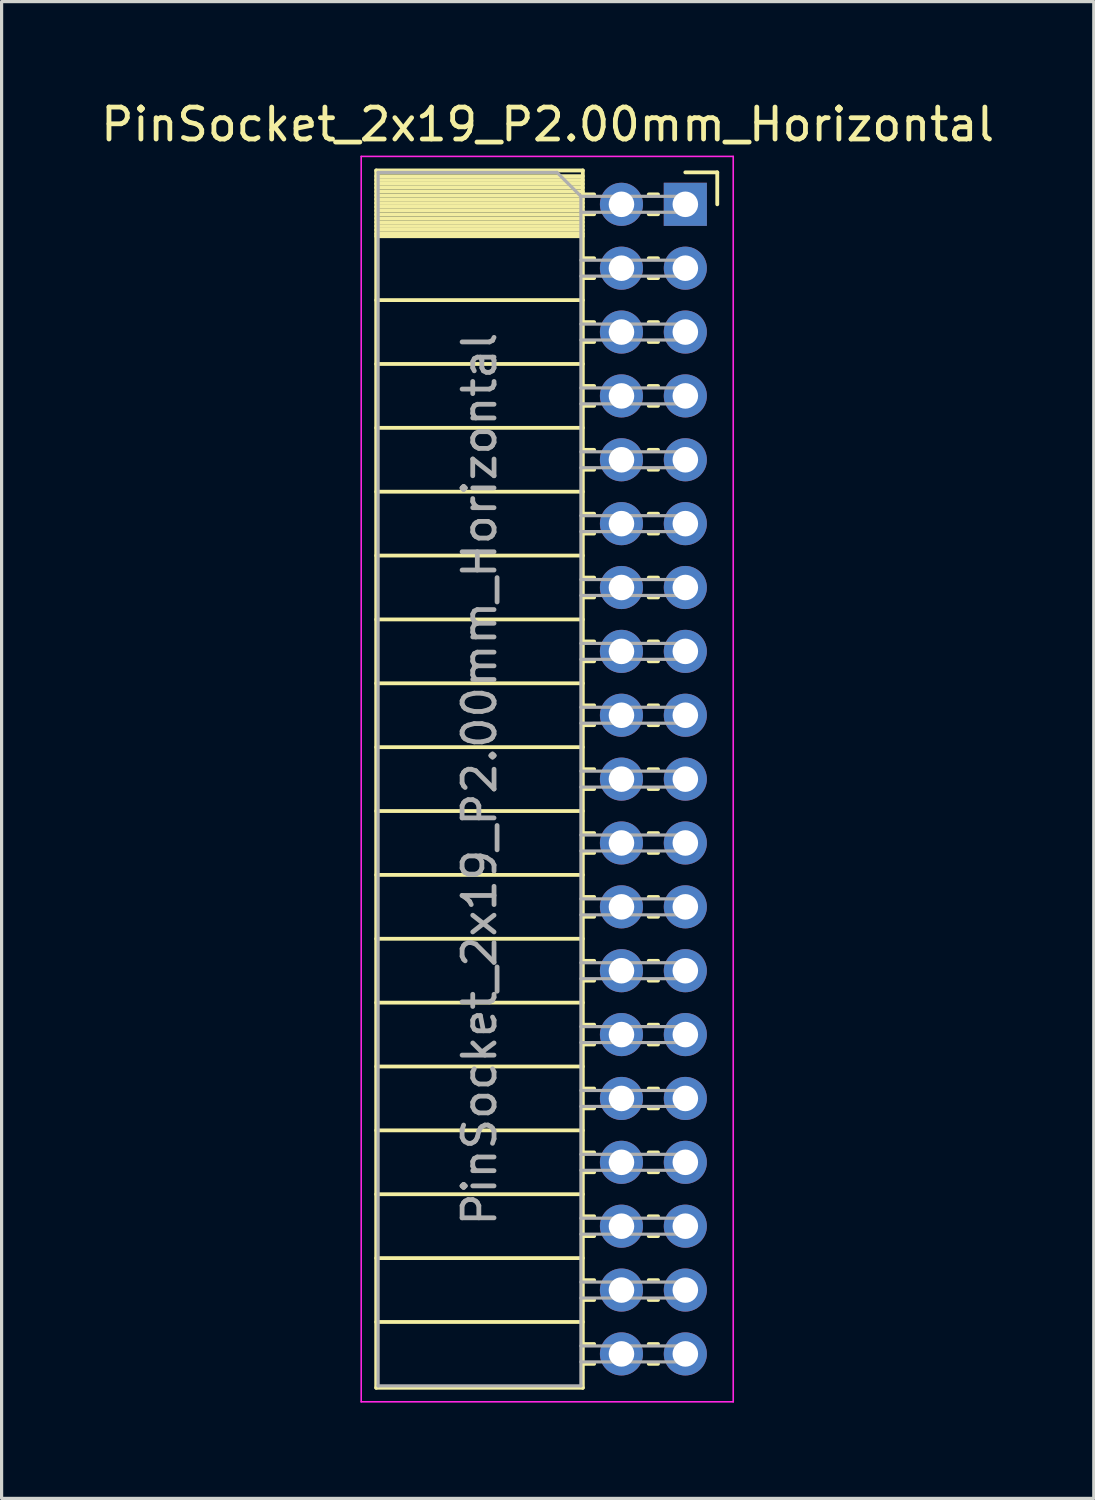
<source format=kicad_pcb>
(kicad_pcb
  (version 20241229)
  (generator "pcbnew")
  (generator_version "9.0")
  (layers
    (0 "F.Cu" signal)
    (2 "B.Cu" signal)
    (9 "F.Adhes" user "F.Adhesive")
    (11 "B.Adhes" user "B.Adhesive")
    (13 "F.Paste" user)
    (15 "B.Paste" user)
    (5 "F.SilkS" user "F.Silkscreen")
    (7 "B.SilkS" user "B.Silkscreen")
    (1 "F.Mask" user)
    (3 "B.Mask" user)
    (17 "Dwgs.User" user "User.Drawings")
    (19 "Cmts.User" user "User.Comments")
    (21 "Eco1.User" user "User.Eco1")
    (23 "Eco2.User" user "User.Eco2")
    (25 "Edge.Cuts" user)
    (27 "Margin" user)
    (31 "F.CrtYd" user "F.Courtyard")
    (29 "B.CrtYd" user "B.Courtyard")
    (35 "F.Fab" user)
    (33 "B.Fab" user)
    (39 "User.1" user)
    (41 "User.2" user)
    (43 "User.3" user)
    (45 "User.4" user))
  (footprint "PinSocket_2x19_P2.00mm_Horizontal"
    (layer "F.Cu")
    (at 18.411 3.348)
    (property "Reference" "PinSocket_2x19_P2.00mm_Horizontal" (at -4.31 -2.5 0) (layer "F.SilkS") (effects (font (size 1 1) (thickness 0.15))))
    (attr through_hole)
    (fp_line (start -9.68 -1.06) (end -3.21 -1.06) (stroke (width 0.12) (type solid)) (layer "F.SilkS"))
    (fp_line (start -9.68 -0.88) (end -3.21 -0.88) (stroke (width 0.12) (type solid)) (layer "F.SilkS"))
    (fp_line (start -9.68 -0.76) (end -3.21 -0.76) (stroke (width 0.12) (type solid)) (layer "F.SilkS"))
    (fp_line (start -9.68 -0.64) (end -3.21 -0.64) (stroke (width 0.12) (type solid)) (layer "F.SilkS"))
    (fp_line (start -9.68 -0.52) (end -3.21 -0.52) (stroke (width 0.12) (type solid)) (layer "F.SilkS"))
    (fp_line (start -9.68 -0.4) (end -3.21 -0.4) (stroke (width 0.12) (type solid)) (layer "F.SilkS"))
    (fp_line (start -9.68 -0.28) (end -3.21 -0.28) (stroke (width 0.12) (type solid)) (layer "F.SilkS"))
    (fp_line (start -9.68 -0.16) (end -3.21 -0.16) (stroke (width 0.12) (type solid)) (layer "F.SilkS"))
    (fp_line (start -9.68 -0.04) (end -3.21 -0.04) (stroke (width 0.12) (type solid)) (layer "F.SilkS"))
    (fp_line (start -9.68 0.08) (end -3.21 0.08) (stroke (width 0.12) (type solid)) (layer "F.SilkS"))
    (fp_line (start -9.68 0.2) (end -3.21 0.2) (stroke (width 0.12) (type solid)) (layer "F.SilkS"))
    (fp_line (start -9.68 0.32) (end -3.21 0.32) (stroke (width 0.12) (type solid)) (layer "F.SilkS"))
    (fp_line (start -9.68 0.44) (end -3.21 0.44) (stroke (width 0.12) (type solid)) (layer "F.SilkS"))
    (fp_line (start -9.68 0.56) (end -3.21 0.56) (stroke (width 0.12) (type solid)) (layer "F.SilkS"))
    (fp_line (start -9.68 0.68) (end -3.21 0.68) (stroke (width 0.12) (type solid)) (layer "F.SilkS"))
    (fp_line (start -9.68 0.8) (end -3.21 0.8) (stroke (width 0.12) (type solid)) (layer "F.SilkS"))
    (fp_line (start -9.68 0.92) (end -3.21 0.92) (stroke (width 0.12) (type solid)) (layer "F.SilkS"))
    (fp_line (start -9.68 1) (end -3.21 1) (stroke (width 0.12) (type solid)) (layer "F.SilkS"))
    (fp_line (start -9.68 3) (end -3.21 3) (stroke (width 0.12) (type solid)) (layer "F.SilkS"))
    (fp_line (start -9.68 5) (end -3.21 5) (stroke (width 0.12) (type solid)) (layer "F.SilkS"))
    (fp_line (start -9.68 7) (end -3.21 7) (stroke (width 0.12) (type solid)) (layer "F.SilkS"))
    (fp_line (start -9.68 9) (end -3.21 9) (stroke (width 0.12) (type solid)) (layer "F.SilkS"))
    (fp_line (start -9.68 11) (end -3.21 11) (stroke (width 0.12) (type solid)) (layer "F.SilkS"))
    (fp_line (start -9.68 13) (end -3.21 13) (stroke (width 0.12) (type solid)) (layer "F.SilkS"))
    (fp_line (start -9.68 15) (end -3.21 15) (stroke (width 0.12) (type solid)) (layer "F.SilkS"))
    (fp_line (start -9.68 17) (end -3.21 17) (stroke (width 0.12) (type solid)) (layer "F.SilkS"))
    (fp_line (start -9.68 19) (end -3.21 19) (stroke (width 0.12) (type solid)) (layer "F.SilkS"))
    (fp_line (start -9.68 21) (end -3.21 21) (stroke (width 0.12) (type solid)) (layer "F.SilkS"))
    (fp_line (start -9.68 23) (end -3.21 23) (stroke (width 0.12) (type solid)) (layer "F.SilkS"))
    (fp_line (start -9.68 25) (end -3.21 25) (stroke (width 0.12) (type solid)) (layer "F.SilkS"))
    (fp_line (start -9.68 27) (end -3.21 27) (stroke (width 0.12) (type solid)) (layer "F.SilkS"))
    (fp_line (start -9.68 29) (end -3.21 29) (stroke (width 0.12) (type solid)) (layer "F.SilkS"))
    (fp_line (start -9.68 31) (end -3.21 31) (stroke (width 0.12) (type solid)) (layer "F.SilkS"))
    (fp_line (start -9.68 33) (end -3.21 33) (stroke (width 0.12) (type solid)) (layer "F.SilkS"))
    (fp_line (start -9.68 35) (end -3.21 35) (stroke (width 0.12) (type solid)) (layer "F.SilkS"))
    (fp_line (start -9.68 37.06) (end -9.68 -1.06) (stroke (width 0.12) (type solid)) (layer "F.SilkS"))
    (fp_line (start -3.21 -1.06) (end -3.21 37.06) (stroke (width 0.12) (type solid)) (layer "F.SilkS"))
    (fp_line (start -3.21 -0.31) (end -2.855 -0.31) (stroke (width 0.12) (type solid)) (layer "F.SilkS"))
    (fp_line (start -3.21 1.69) (end -2.855 1.69) (stroke (width 0.12) (type solid)) (layer "F.SilkS"))
    (fp_line (start -3.21 3.69) (end -2.855 3.69) (stroke (width 0.12) (type solid)) (layer "F.SilkS"))
    (fp_line (start -3.21 5.69) (end -2.855 5.69) (stroke (width 0.12) (type solid)) (layer "F.SilkS"))
    (fp_line (start -3.21 7.69) (end -2.855 7.69) (stroke (width 0.12) (type solid)) (layer "F.SilkS"))
    (fp_line (start -3.21 9.69) (end -2.855 9.69) (stroke (width 0.12) (type solid)) (layer "F.SilkS"))
    (fp_line (start -3.21 11.69) (end -2.855 11.69) (stroke (width 0.12) (type solid)) (layer "F.SilkS"))
    (fp_line (start -3.21 13.69) (end -2.855 13.69) (stroke (width 0.12) (type solid)) (layer "F.SilkS"))
    (fp_line (start -3.21 15.69) (end -2.855 15.69) (stroke (width 0.12) (type solid)) (layer "F.SilkS"))
    (fp_line (start -3.21 17.69) (end -2.855 17.69) (stroke (width 0.12) (type solid)) (layer "F.SilkS"))
    (fp_line (start -3.21 19.69) (end -2.855 19.69) (stroke (width 0.12) (type solid)) (layer "F.SilkS"))
    (fp_line (start -3.21 21.69) (end -2.855 21.69) (stroke (width 0.12) (type solid)) (layer "F.SilkS"))
    (fp_line (start -3.21 23.69) (end -2.855 23.69) (stroke (width 0.12) (type solid)) (layer "F.SilkS"))
    (fp_line (start -3.21 25.69) (end -2.855 25.69) (stroke (width 0.12) (type solid)) (layer "F.SilkS"))
    (fp_line (start -3.21 27.69) (end -2.855 27.69) (stroke (width 0.12) (type solid)) (layer "F.SilkS"))
    (fp_line (start -3.21 29.69) (end -2.855 29.69) (stroke (width 0.12) (type solid)) (layer "F.SilkS"))
    (fp_line (start -3.21 31.69) (end -2.855 31.69) (stroke (width 0.12) (type solid)) (layer "F.SilkS"))
    (fp_line (start -3.21 33.69) (end -2.855 33.69) (stroke (width 0.12) (type solid)) (layer "F.SilkS"))
    (fp_line (start -3.21 35.69) (end -2.855 35.69) (stroke (width 0.12) (type solid)) (layer "F.SilkS"))
    (fp_line (start -3.21 37.06) (end -9.68 37.06) (stroke (width 0.12) (type solid)) (layer "F.SilkS"))
    (fp_line (start -2.855 0.31) (end -3.21 0.31) (stroke (width 0.12) (type solid)) (layer "F.SilkS"))
    (fp_line (start -2.855 2.31) (end -3.21 2.31) (stroke (width 0.12) (type solid)) (layer "F.SilkS"))
    (fp_line (start -2.855 4.31) (end -3.21 4.31) (stroke (width 0.12) (type solid)) (layer "F.SilkS"))
    (fp_line (start -2.855 6.31) (end -3.21 6.31) (stroke (width 0.12) (type solid)) (layer "F.SilkS"))
    (fp_line (start -2.855 8.31) (end -3.21 8.31) (stroke (width 0.12) (type solid)) (layer "F.SilkS"))
    (fp_line (start -2.855 10.31) (end -3.21 10.31) (stroke (width 0.12) (type solid)) (layer "F.SilkS"))
    (fp_line (start -2.855 12.31) (end -3.21 12.31) (stroke (width 0.12) (type solid)) (layer "F.SilkS"))
    (fp_line (start -2.855 14.31) (end -3.21 14.31) (stroke (width 0.12) (type solid)) (layer "F.SilkS"))
    (fp_line (start -2.855 16.31) (end -3.21 16.31) (stroke (width 0.12) (type solid)) (layer "F.SilkS"))
    (fp_line (start -2.855 18.31) (end -3.21 18.31) (stroke (width 0.12) (type solid)) (layer "F.SilkS"))
    (fp_line (start -2.855 20.31) (end -3.21 20.31) (stroke (width 0.12) (type solid)) (layer "F.SilkS"))
    (fp_line (start -2.855 22.31) (end -3.21 22.31) (stroke (width 0.12) (type solid)) (layer "F.SilkS"))
    (fp_line (start -2.855 24.31) (end -3.21 24.31) (stroke (width 0.12) (type solid)) (layer "F.SilkS"))
    (fp_line (start -2.855 26.31) (end -3.21 26.31) (stroke (width 0.12) (type solid)) (layer "F.SilkS"))
    (fp_line (start -2.855 28.31) (end -3.21 28.31) (stroke (width 0.12) (type solid)) (layer "F.SilkS"))
    (fp_line (start -2.855 30.31) (end -3.21 30.31) (stroke (width 0.12) (type solid)) (layer "F.SilkS"))
    (fp_line (start -2.855 32.31) (end -3.21 32.31) (stroke (width 0.12) (type solid)) (layer "F.SilkS"))
    (fp_line (start -2.855 34.31) (end -3.21 34.31) (stroke (width 0.12) (type solid)) (layer "F.SilkS"))
    (fp_line (start -2.855 36.31) (end -3.21 36.31) (stroke (width 0.12) (type solid)) (layer "F.SilkS"))
    (fp_line (start -1.145 0.31) (end -0.855 0.31) (stroke (width 0.12) (type solid)) (layer "F.SilkS"))
    (fp_line (start -1.145 2.31) (end -0.855 2.31) (stroke (width 0.12) (type solid)) (layer "F.SilkS"))
    (fp_line (start -1.145 4.31) (end -0.855 4.31) (stroke (width 0.12) (type solid)) (layer "F.SilkS"))
    (fp_line (start -1.145 6.31) (end -0.855 6.31) (stroke (width 0.12) (type solid)) (layer "F.SilkS"))
    (fp_line (start -1.145 8.31) (end -0.855 8.31) (stroke (width 0.12) (type solid)) (layer "F.SilkS"))
    (fp_line (start -1.145 10.31) (end -0.855 10.31) (stroke (width 0.12) (type solid)) (layer "F.SilkS"))
    (fp_line (start -1.145 12.31) (end -0.855 12.31) (stroke (width 0.12) (type solid)) (layer "F.SilkS"))
    (fp_line (start -1.145 14.31) (end -0.855 14.31) (stroke (width 0.12) (type solid)) (layer "F.SilkS"))
    (fp_line (start -1.145 16.31) (end -0.855 16.31) (stroke (width 0.12) (type solid)) (layer "F.SilkS"))
    (fp_line (start -1.145 18.31) (end -0.855 18.31) (stroke (width 0.12) (type solid)) (layer "F.SilkS"))
    (fp_line (start -1.145 20.31) (end -0.855 20.31) (stroke (width 0.12) (type solid)) (layer "F.SilkS"))
    (fp_line (start -1.145 22.31) (end -0.855 22.31) (stroke (width 0.12) (type solid)) (layer "F.SilkS"))
    (fp_line (start -1.145 24.31) (end -0.855 24.31) (stroke (width 0.12) (type solid)) (layer "F.SilkS"))
    (fp_line (start -1.145 26.31) (end -0.855 26.31) (stroke (width 0.12) (type solid)) (layer "F.SilkS"))
    (fp_line (start -1.145 28.31) (end -0.855 28.31) (stroke (width 0.12) (type solid)) (layer "F.SilkS"))
    (fp_line (start -1.145 30.31) (end -0.855 30.31) (stroke (width 0.12) (type solid)) (layer "F.SilkS"))
    (fp_line (start -1.145 32.31) (end -0.855 32.31) (stroke (width 0.12) (type solid)) (layer "F.SilkS"))
    (fp_line (start -1.145 34.31) (end -0.855 34.31) (stroke (width 0.12) (type solid)) (layer "F.SilkS"))
    (fp_line (start -1.145 36.31) (end -0.855 36.31) (stroke (width 0.12) (type solid)) (layer "F.SilkS"))
    (fp_line (start -0.855 -0.31) (end -1.145 -0.31) (stroke (width 0.12) (type solid)) (layer "F.SilkS"))
    (fp_line (start -0.855 1.69) (end -1.145 1.69) (stroke (width 0.12) (type solid)) (layer "F.SilkS"))
    (fp_line (start -0.855 3.69) (end -1.145 3.69) (stroke (width 0.12) (type solid)) (layer "F.SilkS"))
    (fp_line (start -0.855 5.69) (end -1.145 5.69) (stroke (width 0.12) (type solid)) (layer "F.SilkS"))
    (fp_line (start -0.855 7.69) (end -1.145 7.69) (stroke (width 0.12) (type solid)) (layer "F.SilkS"))
    (fp_line (start -0.855 9.69) (end -1.145 9.69) (stroke (width 0.12) (type solid)) (layer "F.SilkS"))
    (fp_line (start -0.855 11.69) (end -1.145 11.69) (stroke (width 0.12) (type solid)) (layer "F.SilkS"))
    (fp_line (start -0.855 13.69) (end -1.145 13.69) (stroke (width 0.12) (type solid)) (layer "F.SilkS"))
    (fp_line (start -0.855 15.69) (end -1.145 15.69) (stroke (width 0.12) (type solid)) (layer "F.SilkS"))
    (fp_line (start -0.855 17.69) (end -1.145 17.69) (stroke (width 0.12) (type solid)) (layer "F.SilkS"))
    (fp_line (start -0.855 19.69) (end -1.145 19.69) (stroke (width 0.12) (type solid)) (layer "F.SilkS"))
    (fp_line (start -0.855 21.69) (end -1.145 21.69) (stroke (width 0.12) (type solid)) (layer "F.SilkS"))
    (fp_line (start -0.855 23.69) (end -1.145 23.69) (stroke (width 0.12) (type solid)) (layer "F.SilkS"))
    (fp_line (start -0.855 25.69) (end -1.145 25.69) (stroke (width 0.12) (type solid)) (layer "F.SilkS"))
    (fp_line (start -0.855 27.69) (end -1.145 27.69) (stroke (width 0.12) (type solid)) (layer "F.SilkS"))
    (fp_line (start -0.855 29.69) (end -1.145 29.69) (stroke (width 0.12) (type solid)) (layer "F.SilkS"))
    (fp_line (start -0.855 31.69) (end -1.145 31.69) (stroke (width 0.12) (type solid)) (layer "F.SilkS"))
    (fp_line (start -0.855 33.69) (end -1.145 33.69) (stroke (width 0.12) (type solid)) (layer "F.SilkS"))
    (fp_line (start -0.855 35.69) (end -1.145 35.69) (stroke (width 0.12) (type solid)) (layer "F.SilkS"))
    (fp_line (start 0 -1) (end 1 -1) (stroke (width 0.12) (type solid)) (layer "F.SilkS"))
    (fp_line (start 1 -1) (end 1 0) (stroke (width 0.12) (type solid)) (layer "F.SilkS"))
    (fp_line (start -10.15 -1.5) (end -10.15 37.5) (stroke (width 0.05) (type solid)) (layer "F.CrtYd"))
    (fp_line (start -10.15 37.5) (end 1.5 37.5) (stroke (width 0.05) (type solid)) (layer "F.CrtYd"))
    (fp_line (start 1.5 -1.5) (end -10.15 -1.5) (stroke (width 0.05) (type solid)) (layer "F.CrtYd"))
    (fp_line (start 1.5 37.5) (end 1.5 -1.5) (stroke (width 0.05) (type solid)) (layer "F.CrtYd"))
    (fp_line (start -9.62 -1) (end -4.02 -1) (stroke (width 0.1) (type solid)) (layer "F.Fab"))
    (fp_line (start -9.62 37) (end -9.62 -1) (stroke (width 0.1) (type solid)) (layer "F.Fab"))
    (fp_line (start -4.02 -1) (end -3.27 -0.25) (stroke (width 0.1) (type solid)) (layer "F.Fab"))
    (fp_line (start -3.27 -0.25) (end -3.27 37) (stroke (width 0.1) (type solid)) (layer "F.Fab"))
    (fp_line (start -3.27 0.25) (end 0 0.25) (stroke (width 0.1) (type solid)) (layer "F.Fab"))
    (fp_line (start -3.27 2.25) (end 0 2.25) (stroke (width 0.1) (type solid)) (layer "F.Fab"))
    (fp_line (start -3.27 4.25) (end 0 4.25) (stroke (width 0.1) (type solid)) (layer "F.Fab"))
    (fp_line (start -3.27 6.25) (end 0 6.25) (stroke (width 0.1) (type solid)) (layer "F.Fab"))
    (fp_line (start -3.27 8.25) (end 0 8.25) (stroke (width 0.1) (type solid)) (layer "F.Fab"))
    (fp_line (start -3.27 10.25) (end 0 10.25) (stroke (width 0.1) (type solid)) (layer "F.Fab"))
    (fp_line (start -3.27 12.25) (end 0 12.25) (stroke (width 0.1) (type solid)) (layer "F.Fab"))
    (fp_line (start -3.27 14.25) (end 0 14.25) (stroke (width 0.1) (type solid)) (layer "F.Fab"))
    (fp_line (start -3.27 16.25) (end 0 16.25) (stroke (width 0.1) (type solid)) (layer "F.Fab"))
    (fp_line (start -3.27 18.25) (end 0 18.25) (stroke (width 0.1) (type solid)) (layer "F.Fab"))
    (fp_line (start -3.27 20.25) (end 0 20.25) (stroke (width 0.1) (type solid)) (layer "F.Fab"))
    (fp_line (start -3.27 22.25) (end 0 22.25) (stroke (width 0.1) (type solid)) (layer "F.Fab"))
    (fp_line (start -3.27 24.25) (end 0 24.25) (stroke (width 0.1) (type solid)) (layer "F.Fab"))
    (fp_line (start -3.27 26.25) (end 0 26.25) (stroke (width 0.1) (type solid)) (layer "F.Fab"))
    (fp_line (start -3.27 28.25) (end 0 28.25) (stroke (width 0.1) (type solid)) (layer "F.Fab"))
    (fp_line (start -3.27 30.25) (end 0 30.25) (stroke (width 0.1) (type solid)) (layer "F.Fab"))
    (fp_line (start -3.27 32.25) (end 0 32.25) (stroke (width 0.1) (type solid)) (layer "F.Fab"))
    (fp_line (start -3.27 34.25) (end 0 34.25) (stroke (width 0.1) (type solid)) (layer "F.Fab"))
    (fp_line (start -3.27 36.25) (end 0 36.25) (stroke (width 0.1) (type solid)) (layer "F.Fab"))
    (fp_line (start -3.27 37) (end -9.62 37) (stroke (width 0.1) (type solid)) (layer "F.Fab"))
    (fp_line (start 0 -0.25) (end -3.27 -0.25) (stroke (width 0.1) (type solid)) (layer "F.Fab"))
    (fp_line (start 0 0.25) (end 0 -0.25) (stroke (width 0.1) (type solid)) (layer "F.Fab"))
    (fp_line (start 0 1.75) (end -3.27 1.75) (stroke (width 0.1) (type solid)) (layer "F.Fab"))
    (fp_line (start 0 2.25) (end 0 1.75) (stroke (width 0.1) (type solid)) (layer "F.Fab"))
    (fp_line (start 0 3.75) (end -3.27 3.75) (stroke (width 0.1) (type solid)) (layer "F.Fab"))
    (fp_line (start 0 4.25) (end 0 3.75) (stroke (width 0.1) (type solid)) (layer "F.Fab"))
    (fp_line (start 0 5.75) (end -3.27 5.75) (stroke (width 0.1) (type solid)) (layer "F.Fab"))
    (fp_line (start 0 6.25) (end 0 5.75) (stroke (width 0.1) (type solid)) (layer "F.Fab"))
    (fp_line (start 0 7.75) (end -3.27 7.75) (stroke (width 0.1) (type solid)) (layer "F.Fab"))
    (fp_line (start 0 8.25) (end 0 7.75) (stroke (width 0.1) (type solid)) (layer "F.Fab"))
    (fp_line (start 0 9.75) (end -3.27 9.75) (stroke (width 0.1) (type solid)) (layer "F.Fab"))
    (fp_line (start 0 10.25) (end 0 9.75) (stroke (width 0.1) (type solid)) (layer "F.Fab"))
    (fp_line (start 0 11.75) (end -3.27 11.75) (stroke (width 0.1) (type solid)) (layer "F.Fab"))
    (fp_line (start 0 12.25) (end 0 11.75) (stroke (width 0.1) (type solid)) (layer "F.Fab"))
    (fp_line (start 0 13.75) (end -3.27 13.75) (stroke (width 0.1) (type solid)) (layer "F.Fab"))
    (fp_line (start 0 14.25) (end 0 13.75) (stroke (width 0.1) (type solid)) (layer "F.Fab"))
    (fp_line (start 0 15.75) (end -3.27 15.75) (stroke (width 0.1) (type solid)) (layer "F.Fab"))
    (fp_line (start 0 16.25) (end 0 15.75) (stroke (width 0.1) (type solid)) (layer "F.Fab"))
    (fp_line (start 0 17.75) (end -3.27 17.75) (stroke (width 0.1) (type solid)) (layer "F.Fab"))
    (fp_line (start 0 18.25) (end 0 17.75) (stroke (width 0.1) (type solid)) (layer "F.Fab"))
    (fp_line (start 0 19.75) (end -3.27 19.75) (stroke (width 0.1) (type solid)) (layer "F.Fab"))
    (fp_line (start 0 20.25) (end 0 19.75) (stroke (width 0.1) (type solid)) (layer "F.Fab"))
    (fp_line (start 0 21.75) (end -3.27 21.75) (stroke (width 0.1) (type solid)) (layer "F.Fab"))
    (fp_line (start 0 22.25) (end 0 21.75) (stroke (width 0.1) (type solid)) (layer "F.Fab"))
    (fp_line (start 0 23.75) (end -3.27 23.75) (stroke (width 0.1) (type solid)) (layer "F.Fab"))
    (fp_line (start 0 24.25) (end 0 23.75) (stroke (width 0.1) (type solid)) (layer "F.Fab"))
    (fp_line (start 0 25.75) (end -3.27 25.75) (stroke (width 0.1) (type solid)) (layer "F.Fab"))
    (fp_line (start 0 26.25) (end 0 25.75) (stroke (width 0.1) (type solid)) (layer "F.Fab"))
    (fp_line (start 0 27.75) (end -3.27 27.75) (stroke (width 0.1) (type solid)) (layer "F.Fab"))
    (fp_line (start 0 28.25) (end 0 27.75) (stroke (width 0.1) (type solid)) (layer "F.Fab"))
    (fp_line (start 0 29.75) (end -3.27 29.75) (stroke (width 0.1) (type solid)) (layer "F.Fab"))
    (fp_line (start 0 30.25) (end 0 29.75) (stroke (width 0.1) (type solid)) (layer "F.Fab"))
    (fp_line (start 0 31.75) (end -3.27 31.75) (stroke (width 0.1) (type solid)) (layer "F.Fab"))
    (fp_line (start 0 32.25) (end 0 31.75) (stroke (width 0.1) (type solid)) (layer "F.Fab"))
    (fp_line (start 0 33.75) (end -3.27 33.75) (stroke (width 0.1) (type solid)) (layer "F.Fab"))
    (fp_line (start 0 34.25) (end 0 33.75) (stroke (width 0.1) (type solid)) (layer "F.Fab"))
    (fp_line (start 0 35.75) (end -3.27 35.75) (stroke (width 0.1) (type solid)) (layer "F.Fab"))
    (fp_line (start 0 36.25) (end 0 35.75) (stroke (width 0.1) (type solid)) (layer "F.Fab"))
    (fp_text user "${REFERENCE}" (at -6.445 18 90) (layer "F.Fab") (effects (font (size 1 1) (thickness 0.15))))
    (pad "1" thru_hole rect (at 0 0) (size 1.35 1.35) (drill 0.8) (layers "*.Cu" "*.Mask"))
    (pad "2" thru_hole oval (at -2 0) (size 1.35 1.35) (drill 0.8) (layers "*.Cu" "*.Mask"))
    (pad "3" thru_hole oval (at 0 2) (size 1.35 1.35) (drill 0.8) (layers "*.Cu" "*.Mask"))
    (pad "4" thru_hole oval (at -2 2) (size 1.35 1.35) (drill 0.8) (layers "*.Cu" "*.Mask"))
    (pad "5" thru_hole oval (at 0 4) (size 1.35 1.35) (drill 0.8) (layers "*.Cu" "*.Mask"))
    (pad "6" thru_hole oval (at -2 4) (size 1.35 1.35) (drill 0.8) (layers "*.Cu" "*.Mask"))
    (pad "7" thru_hole oval (at 0 6) (size 1.35 1.35) (drill 0.8) (layers "*.Cu" "*.Mask"))
    (pad "8" thru_hole oval (at -2 6) (size 1.35 1.35) (drill 0.8) (layers "*.Cu" "*.Mask"))
    (pad "9" thru_hole oval (at 0 8) (size 1.35 1.35) (drill 0.8) (layers "*.Cu" "*.Mask"))
    (pad "10" thru_hole oval (at -2 8) (size 1.35 1.35) (drill 0.8) (layers "*.Cu" "*.Mask"))
    (pad "11" thru_hole oval (at 0 10) (size 1.35 1.35) (drill 0.8) (layers "*.Cu" "*.Mask"))
    (pad "12" thru_hole oval (at -2 10) (size 1.35 1.35) (drill 0.8) (layers "*.Cu" "*.Mask"))
    (pad "13" thru_hole oval (at 0 12) (size 1.35 1.35) (drill 0.8) (layers "*.Cu" "*.Mask"))
    (pad "14" thru_hole oval (at -2 12) (size 1.35 1.35) (drill 0.8) (layers "*.Cu" "*.Mask"))
    (pad "15" thru_hole oval (at 0 14) (size 1.35 1.35) (drill 0.8) (layers "*.Cu" "*.Mask"))
    (pad "16" thru_hole oval (at -2 14) (size 1.35 1.35) (drill 0.8) (layers "*.Cu" "*.Mask"))
    (pad "17" thru_hole oval (at 0 16) (size 1.35 1.35) (drill 0.8) (layers "*.Cu" "*.Mask"))
    (pad "18" thru_hole oval (at -2 16) (size 1.35 1.35) (drill 0.8) (layers "*.Cu" "*.Mask"))
    (pad "19" thru_hole oval (at 0 18) (size 1.35 1.35) (drill 0.8) (layers "*.Cu" "*.Mask"))
    (pad "20" thru_hole oval (at -2 18) (size 1.35 1.35) (drill 0.8) (layers "*.Cu" "*.Mask"))
    (pad "21" thru_hole oval (at 0 20) (size 1.35 1.35) (drill 0.8) (layers "*.Cu" "*.Mask"))
    (pad "22" thru_hole oval (at -2 20) (size 1.35 1.35) (drill 0.8) (layers "*.Cu" "*.Mask"))
    (pad "23" thru_hole oval (at 0 22) (size 1.35 1.35) (drill 0.8) (layers "*.Cu" "*.Mask"))
    (pad "24" thru_hole oval (at -2 22) (size 1.35 1.35) (drill 0.8) (layers "*.Cu" "*.Mask"))
    (pad "25" thru_hole oval (at 0 24) (size 1.35 1.35) (drill 0.8) (layers "*.Cu" "*.Mask"))
    (pad "26" thru_hole oval (at -2 24) (size 1.35 1.35) (drill 0.8) (layers "*.Cu" "*.Mask"))
    (pad "27" thru_hole oval (at 0 26) (size 1.35 1.35) (drill 0.8) (layers "*.Cu" "*.Mask"))
    (pad "28" thru_hole oval (at -2 26) (size 1.35 1.35) (drill 0.8) (layers "*.Cu" "*.Mask"))
    (pad "29" thru_hole oval (at 0 28) (size 1.35 1.35) (drill 0.8) (layers "*.Cu" "*.Mask"))
    (pad "30" thru_hole oval (at -2 28) (size 1.35 1.35) (drill 0.8) (layers "*.Cu" "*.Mask"))
    (pad "31" thru_hole oval (at 0 30) (size 1.35 1.35) (drill 0.8) (layers "*.Cu" "*.Mask"))
    (pad "32" thru_hole oval (at -2 30) (size 1.35 1.35) (drill 0.8) (layers "*.Cu" "*.Mask"))
    (pad "33" thru_hole oval (at 0 32) (size 1.35 1.35) (drill 0.8) (layers "*.Cu" "*.Mask"))
    (pad "34" thru_hole oval (at -2 32) (size 1.35 1.35) (drill 0.8) (layers "*.Cu" "*.Mask"))
    (pad "35" thru_hole oval (at 0 34) (size 1.35 1.35) (drill 0.8) (layers "*.Cu" "*.Mask"))
    (pad "36" thru_hole oval (at -2 34) (size 1.35 1.35) (drill 0.8) (layers "*.Cu" "*.Mask"))
    (pad "37" thru_hole oval (at 0 36) (size 1.35 1.35) (drill 0.8) (layers "*.Cu" "*.Mask"))
    (pad "38" thru_hole oval (at -2 36) (size 1.35 1.35) (drill 0.8) (layers "*.Cu" "*.Mask")))
  (gr_rect
    (start -3 -3)
    (end 31.202 43.873)
    (stroke (width 0.1) (type default))
    (fill no)
    (layer "Edge.Cuts")))
</source>
